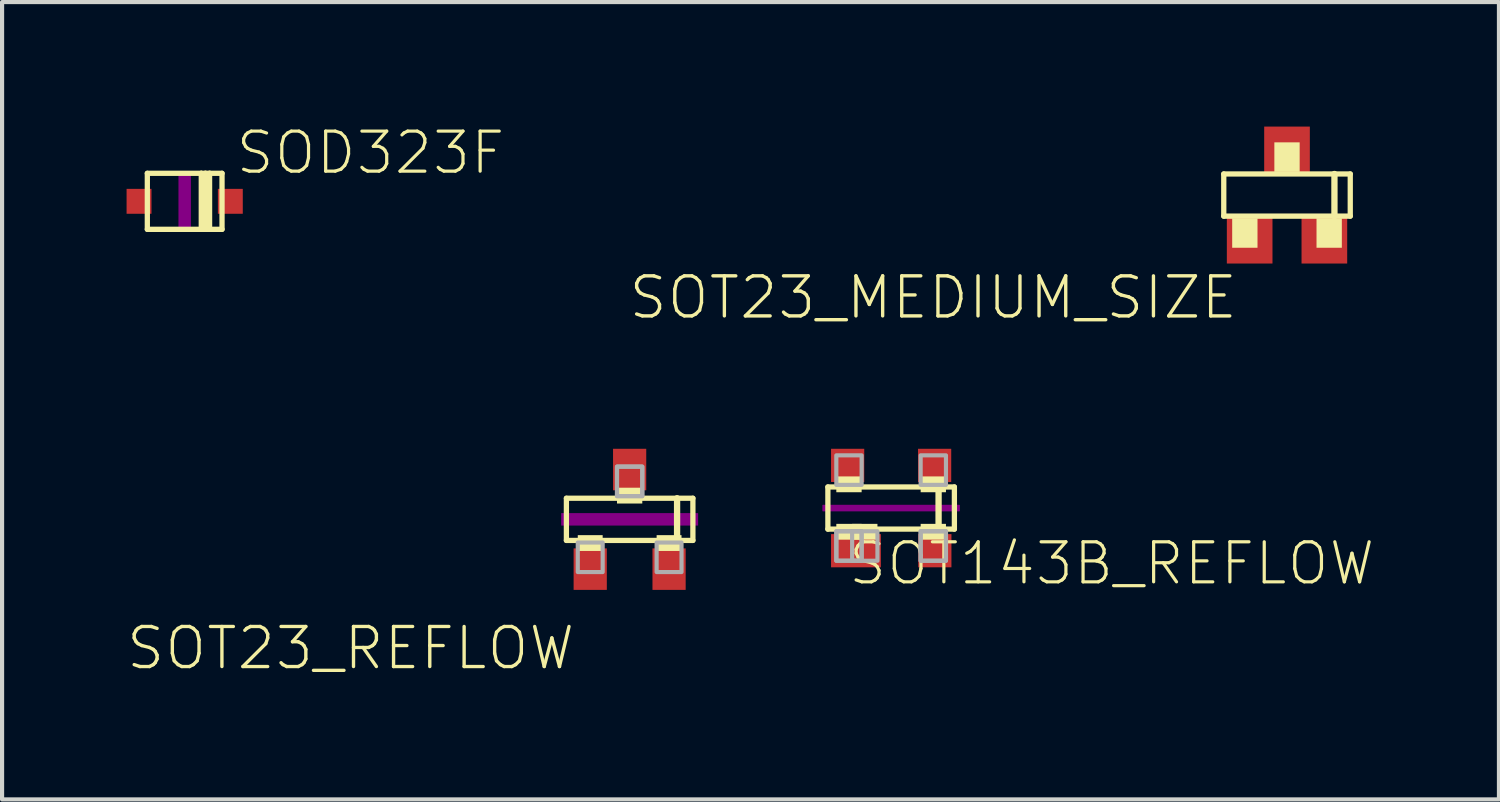
<source format=kicad_pcb>
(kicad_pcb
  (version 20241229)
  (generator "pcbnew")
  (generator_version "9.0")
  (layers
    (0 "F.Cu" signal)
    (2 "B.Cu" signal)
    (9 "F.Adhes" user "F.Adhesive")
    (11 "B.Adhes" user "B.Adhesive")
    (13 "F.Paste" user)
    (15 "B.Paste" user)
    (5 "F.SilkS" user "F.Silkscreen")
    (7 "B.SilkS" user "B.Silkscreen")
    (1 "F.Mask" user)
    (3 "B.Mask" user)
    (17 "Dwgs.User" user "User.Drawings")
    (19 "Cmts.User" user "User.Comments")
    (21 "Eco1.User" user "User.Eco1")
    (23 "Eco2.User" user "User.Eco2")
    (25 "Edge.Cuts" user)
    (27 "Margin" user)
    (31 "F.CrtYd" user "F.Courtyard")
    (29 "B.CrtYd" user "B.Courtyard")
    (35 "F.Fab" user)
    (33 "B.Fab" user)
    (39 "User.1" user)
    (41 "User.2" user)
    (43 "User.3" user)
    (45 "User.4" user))
  (footprint "SOT143B_REFLOW"
    (layer "F.Cu")
    (at 18.423 9.192)
    (property "Reference" "SOT143B_REFLOW" (at -1.078 1.9 0) (layer "F.SilkS") (effects (font (size 0.965 0.965) (thickness 0.077)) (justify left bottom)))
    (attr through_hole)
    (fp_line (start -1.524 -0.508) (end 1.143 -0.508) (stroke (width 0.127) (type solid)) (layer "F.SilkS"))
    (fp_line (start -1.524 0.508) (end -1.524 -0.508) (stroke (width 0.127) (type solid)) (layer "F.SilkS"))
    (fp_line (start 1.143 -0.508) (end 1.524 -0.508) (stroke (width 0.127) (type solid)) (layer "F.SilkS"))
    (fp_line (start 1.143 0.508) (end -1.524 0.508) (stroke (width 0.127) (type solid)) (layer "F.SilkS"))
    (fp_line (start 1.143 0.508) (end 1.143 -0.508) (stroke (width 0.152) (type solid)) (layer "F.SilkS"))
    (fp_line (start 1.524 -0.508) (end 1.524 0.508) (stroke (width 0.127) (type solid)) (layer "F.SilkS"))
    (fp_line (start 1.524 0.508) (end 1.143 0.508) (stroke (width 0.127) (type solid)) (layer "F.SilkS"))
    (fp_poly (pts (xy -1.321 -0.381) (xy -0.711 -0.381) (xy -0.711 -0.762) (xy -1.321 -0.762)) (stroke (width 0) (type solid)) (fill yes) (layer "F.SilkS"))
    (fp_poly (pts (xy -1.321 0.762) (xy -0.711 0.762) (xy -0.711 0.381) (xy -1.321 0.381)) (stroke (width 0) (type solid)) (fill yes) (layer "F.SilkS"))
    (fp_poly (pts (xy -0.94 0.762) (xy -0.33 0.762) (xy -0.33 0.381) (xy -0.94 0.381)) (stroke (width 0) (type solid)) (fill yes) (layer "F.SilkS"))
    (fp_poly (pts (xy 0.711 -0.381) (xy 1.321 -0.381) (xy 1.321 -0.762) (xy 0.711 -0.762)) (stroke (width 0) (type solid)) (fill yes) (layer "F.SilkS"))
    (fp_poly (pts (xy 0.711 0.762) (xy 1.321 0.762) (xy 1.321 0.381) (xy 0.711 0.381)) (stroke (width 0) (type solid)) (fill yes) (layer "F.SilkS"))
    (fp_poly (pts (xy -1.651 0.076) (xy 1.651 0.076) (xy 1.651 -0.076) (xy -1.651 -0.076)) (stroke (width 0) (type solid)) (fill yes) (layer "F.Adhes"))
    (fp_poly (pts (xy -1.651 0.076) (xy 1.651 0.076) (xy 1.651 -0.076) (xy -1.651 -0.076)) (stroke (width 0) (type solid)) (fill yes) (layer "F.Adhes"))
    (fp_poly (pts (xy -1.321 -0.559) (xy -0.711 -0.559) (xy -0.711 -1.27) (xy -1.321 -1.27)) (stroke (width 0.1) (type solid)) (fill no) (layer "F.Fab"))
    (fp_poly (pts (xy -1.321 1.27) (xy -0.711 1.27) (xy -0.711 0.559) (xy -1.321 0.559)) (stroke (width 0.1) (type solid)) (fill no) (layer "F.Fab"))
    (fp_poly (pts (xy -1.321 1.27) (xy -0.711 1.27) (xy -0.711 0.559) (xy -1.321 0.559)) (stroke (width 0.1) (type solid)) (fill no) (layer "F.Fab"))
    (fp_poly (pts (xy -0.94 1.27) (xy -0.33 1.27) (xy -0.33 0.559) (xy -0.94 0.559)) (stroke (width 0.1) (type solid)) (fill no) (layer "F.Fab"))
    (fp_poly (pts (xy 0.711 -0.559) (xy 1.321 -0.559) (xy 1.321 -1.27) (xy 0.711 -1.27)) (stroke (width 0.1) (type solid)) (fill no) (layer "F.Fab"))
    (fp_poly (pts (xy 0.711 1.27) (xy 1.321 1.27) (xy 1.321 0.559) (xy 0.711 0.559)) (stroke (width 0.1) (type solid)) (fill no) (layer "F.Fab"))
    (fp_poly (pts (xy 0.711 1.27) (xy 1.321 1.27) (xy 1.321 0.559) (xy 0.711 0.559)) (stroke (width 0.1) (type solid)) (fill no) (layer "F.Fab"))
    (pad "1" smd rect (at -0.848 1.028 270) (size 0.8 1.2) (layers "F.Cu" "F.Mask" "F.Paste"))
    (pad "2" smd rect (at 1.053 1.028 90) (size 0.8 0.8) (layers "F.Cu" "F.Mask" "F.Paste"))
    (pad "3" smd rect (at 1.048 -1.028 90) (size 0.8 0.8) (layers "F.Cu" "F.Mask" "F.Paste"))
    (pad "4" smd rect (at -1.048 -1.028 90) (size 0.8 0.8) (layers "F.Cu" "F.Mask" "F.Paste")))
  (footprint "SOT23_MEDIUM_SIZE"
    (layer "F.Cu")
    (at 27.962 1.65)
    (property "Reference" "SOT23_MEDIUM_SIZE" (at -1.143 1.905 0) (layer "F.SilkS") (effects (font (size 0.965 0.965) (thickness 0.081)) (justify right top)))
    (attr through_hole)
    (fp_line (start -1.524 -0.508) (end 1.143 -0.508) (stroke (width 0.127) (type solid)) (layer "F.SilkS"))
    (fp_line (start -1.524 0.508) (end -1.524 -0.508) (stroke (width 0.127) (type solid)) (layer "F.SilkS"))
    (fp_line (start 1.143 -0.508) (end 1.524 -0.508) (stroke (width 0.127) (type solid)) (layer "F.SilkS"))
    (fp_line (start 1.143 0.508) (end -1.524 0.508) (stroke (width 0.127) (type solid)) (layer "F.SilkS"))
    (fp_line (start 1.143 0.508) (end 1.143 -0.508) (stroke (width 0.152) (type solid)) (layer "F.SilkS"))
    (fp_line (start 1.524 -0.508) (end 1.524 0.508) (stroke (width 0.127) (type solid)) (layer "F.SilkS"))
    (fp_line (start 1.524 0.508) (end 1.143 0.508) (stroke (width 0.127) (type solid)) (layer "F.SilkS"))
    (fp_poly (pts (xy -1.321 1.27) (xy -0.711 1.27) (xy -0.711 0.559) (xy -1.321 0.559)) (stroke (width 0) (type solid)) (fill yes) (layer "F.SilkS"))
    (fp_poly (pts (xy -0.305 -0.559) (xy 0.305 -0.559) (xy 0.305 -1.27) (xy -0.305 -1.27)) (stroke (width 0) (type solid)) (fill yes) (layer "F.SilkS"))
    (fp_poly (pts (xy 0.711 1.27) (xy 1.321 1.27) (xy 1.321 0.559) (xy 0.711 0.559)) (stroke (width 0) (type solid)) (fill yes) (layer "F.SilkS"))
    (fp_poly (pts (xy -1.4 1.5) (xy -0.4 1.5) (xy -0.4 0.6) (xy -1.4 0.6)) (stroke (width 0) (type solid)) (fill yes) (layer "F.Paste"))
    (fp_poly (pts (xy -0.45 -0.6) (xy 0.45 -0.6) (xy 0.45 -1.55) (xy -0.45 -1.55)) (stroke (width 0) (type solid)) (fill yes) (layer "F.Paste"))
    (fp_poly (pts (xy 0.4 1.5) (xy 1.4 1.5) (xy 1.4 0.6) (xy 0.4 0.6)) (stroke (width 0) (type solid)) (fill yes) (layer "F.Paste"))
    (pad "1" smd rect (at -0.9 1.1) (size 1.1 1.1) (layers "F.Cu" "F.Mask"))
    (pad "2" smd rect (at 0.9 1.1) (size 1.1 1.1) (layers "F.Cu" "F.Mask"))
    (pad "3" smd rect (at 0 -1.1) (size 1.1 1.1) (layers "F.Cu" "F.Mask")))
  (footprint "SOD323F"
    (layer "F.Cu")
    (at 1.4 1.801)
    (property "Reference" "SOD323F" (at 1.187 -0.605 0) (layer "F.SilkS") (effects (font (size 0.965 0.965) (thickness 0.077)) (justify left bottom)))
    (attr through_hole)
    (fp_line (start -0.9 -0.675) (end -0.9 0.675) (stroke (width 0.127) (type solid)) (layer "F.SilkS"))
    (fp_line (start -0.9 0.675) (end 0.4 0.675) (stroke (width 0.127) (type solid)) (layer "F.SilkS"))
    (fp_line (start 0.4 -0.675) (end -0.9 -0.675) (stroke (width 0.127) (type solid)) (layer "F.SilkS"))
    (fp_line (start 0.4 0.675) (end 0.4 -0.675) (stroke (width 0.127) (type solid)) (layer "F.SilkS"))
    (fp_line (start 0.4 0.675) (end 0.5 0.675) (stroke (width 0.127) (type solid)) (layer "F.SilkS"))
    (fp_line (start 0.5 -0.675) (end 0.4 -0.675) (stroke (width 0.127) (type solid)) (layer "F.SilkS"))
    (fp_line (start 0.5 0.675) (end 0.5 -0.675) (stroke (width 0.127) (type solid)) (layer "F.SilkS"))
    (fp_line (start 0.5 0.675) (end 0.6 0.675) (stroke (width 0.127) (type solid)) (layer "F.SilkS"))
    (fp_line (start 0.6 -0.675) (end 0.5 -0.675) (stroke (width 0.127) (type solid)) (layer "F.SilkS"))
    (fp_line (start 0.6 0.675) (end 0.6 -0.675) (stroke (width 0.127) (type solid)) (layer "F.SilkS"))
    (fp_line (start 0.6 0.675) (end 0.9 0.675) (stroke (width 0.127) (type solid)) (layer "F.SilkS"))
    (fp_line (start 0.9 -0.675) (end 0.6 -0.675) (stroke (width 0.127) (type solid)) (layer "F.SilkS"))
    (fp_line (start 0.9 0.675) (end 0.9 -0.675) (stroke (width 0.127) (type solid)) (layer "F.SilkS"))
    (fp_poly (pts (xy -0.15 0.7) (xy 0.15 0.7) (xy 0.15 -0.7) (xy -0.15 -0.7)) (stroke (width 0) (type solid)) (fill yes) (layer "F.Adhes"))
    (pad "A" smd rect (at -1.1 0) (size 0.6 0.6) (layers "F.Cu" "F.Mask" "F.Paste"))
    (pad "K" smd rect (at 1.1 0) (size 0.6 0.6) (layers "F.Cu" "F.Mask" "F.Paste")))
  (footprint "SOT23_REFLOW"
    (layer "F.Cu")
    (at 12.122 9.464)
    (property "Reference" "SOT23_REFLOW" (at -1.27 2.54 0) (layer "F.SilkS") (effects (font (size 0.965 0.965) (thickness 0.081)) (justify right top)))
    (attr through_hole)
    (fp_line (start -1.524 -0.508) (end 1.143 -0.508) (stroke (width 0.127) (type solid)) (layer "F.SilkS"))
    (fp_line (start -1.524 0.508) (end -1.524 -0.508) (stroke (width 0.127) (type solid)) (layer "F.SilkS"))
    (fp_line (start 1.143 -0.508) (end 1.524 -0.508) (stroke (width 0.127) (type solid)) (layer "F.SilkS"))
    (fp_line (start 1.143 0.508) (end -1.524 0.508) (stroke (width 0.127) (type solid)) (layer "F.SilkS"))
    (fp_line (start 1.143 0.508) (end 1.143 -0.508) (stroke (width 0.152) (type solid)) (layer "F.SilkS"))
    (fp_line (start 1.524 -0.508) (end 1.524 0.508) (stroke (width 0.127) (type solid)) (layer "F.SilkS"))
    (fp_line (start 1.524 0.508) (end 1.143 0.508) (stroke (width 0.127) (type solid)) (layer "F.SilkS"))
    (fp_poly (pts (xy -1.25 0.762) (xy -0.65 0.762) (xy -0.65 0.381) (xy -1.25 0.381)) (stroke (width 0) (type solid)) (fill yes) (layer "F.SilkS"))
    (fp_poly (pts (xy -0.305 -0.381) (xy 0.305 -0.381) (xy 0.305 -0.762) (xy -0.305 -0.762)) (stroke (width 0) (type solid)) (fill yes) (layer "F.SilkS"))
    (fp_poly (pts (xy 0.65 0.762) (xy 1.25 0.762) (xy 1.25 0.381) (xy 0.65 0.381)) (stroke (width 0) (type solid)) (fill yes) (layer "F.SilkS"))
    (fp_poly (pts (xy -1.65 0.15) (xy 1.65 0.15) (xy 1.65 -0.15) (xy -1.65 -0.15)) (stroke (width 0) (type solid)) (fill yes) (layer "F.Adhes"))
    (fp_poly (pts (xy -1.25 1.27) (xy -0.65 1.27) (xy -0.65 0.559) (xy -1.25 0.559)) (stroke (width 0.1) (type solid)) (fill no) (layer "F.Fab"))
    (fp_poly (pts (xy -0.305 -0.559) (xy 0.305 -0.559) (xy 0.305 -1.27) (xy -0.305 -1.27)) (stroke (width 0.1) (type solid)) (fill no) (layer "F.Fab"))
    (fp_poly (pts (xy -0.305 -0.559) (xy 0.305 -0.559) (xy 0.305 -1.27) (xy -0.305 -1.27)) (stroke (width 0.1) (type solid)) (fill no) (layer "F.Fab"))
    (fp_poly (pts (xy 0.65 1.27) (xy 1.25 1.27) (xy 1.25 0.559) (xy 0.65 0.559)) (stroke (width 0.1) (type solid)) (fill no) (layer "F.Fab"))
    (pad "1" smd rect (at 0.95 1.2) (size 0.8 1) (layers "F.Cu" "F.Mask" "F.Paste"))
    (pad "2" smd rect (at -0.95 1.2) (size 0.8 1) (layers "F.Cu" "F.Mask" "F.Paste"))
    (pad "3" smd rect (at 0 -1.2) (size 0.8 1) (layers "F.Cu" "F.Mask" "F.Paste")))
  (gr_rect
    (start -3 -3)
    (end 33.069 16.213)
    (stroke (width 0.1) (type default))
    (fill no)
    (layer "Edge.Cuts")))
</source>
